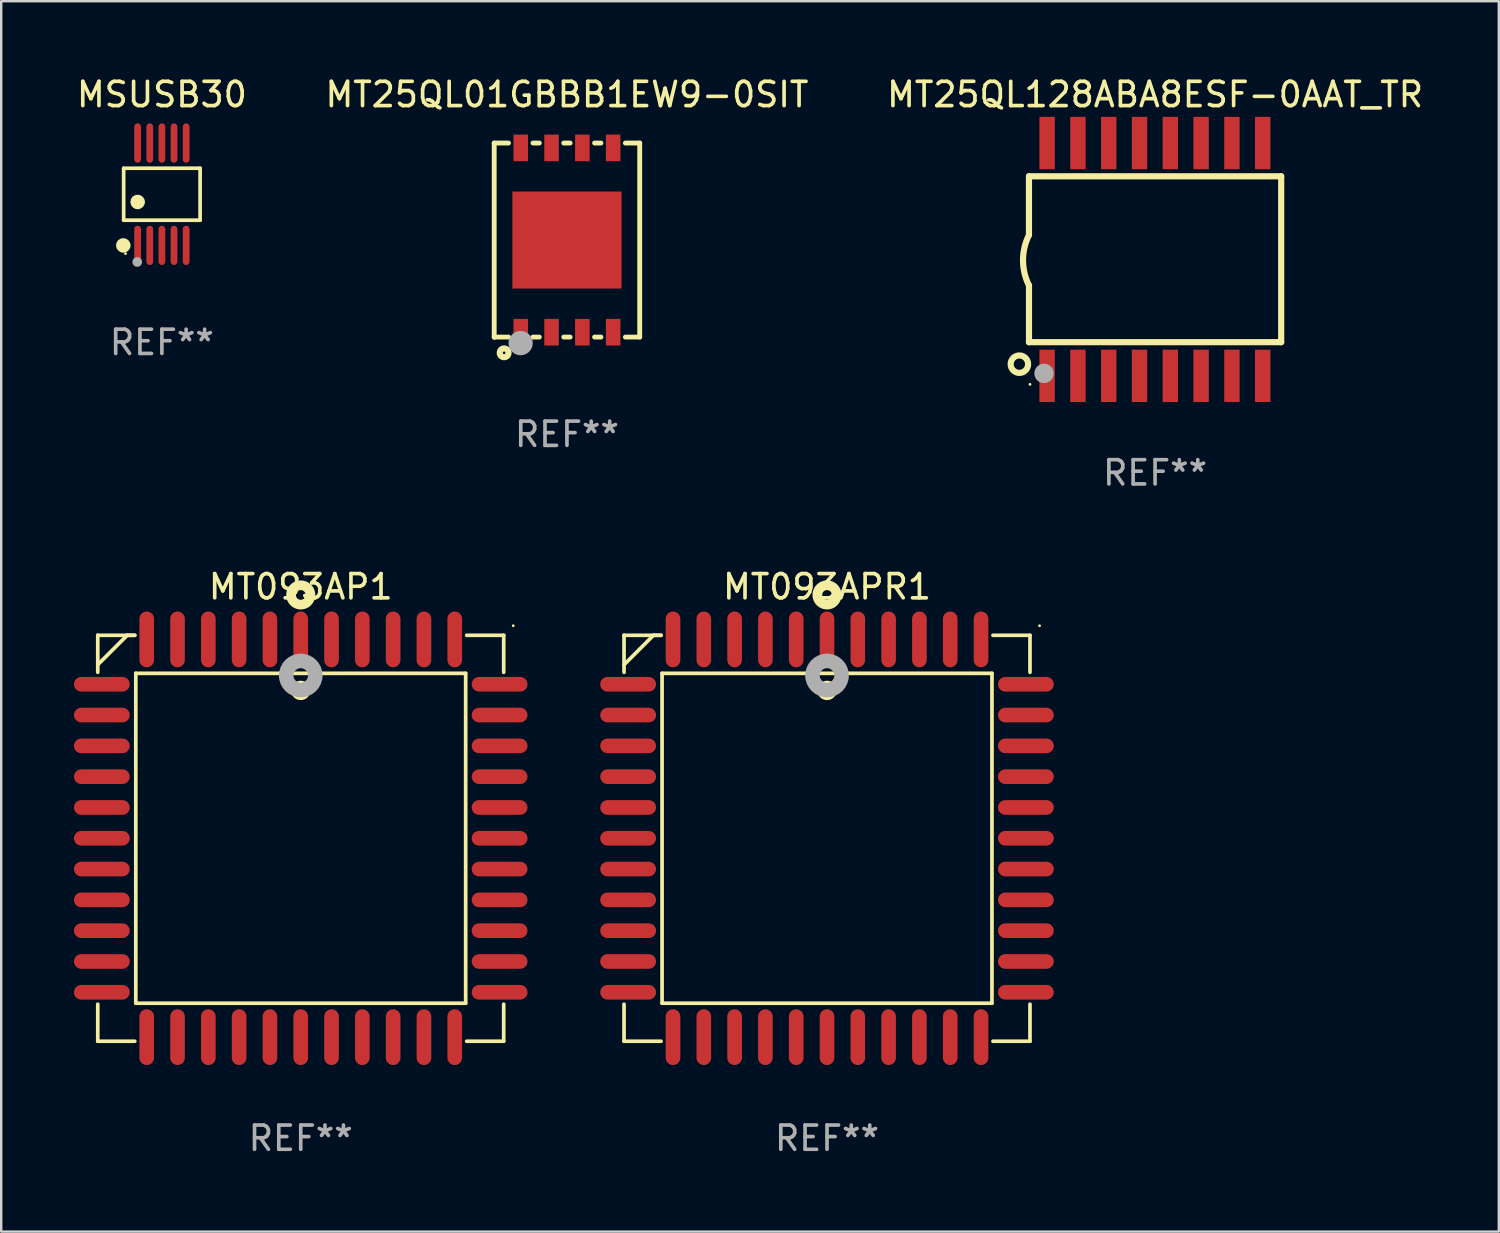
<source format=kicad_pcb>
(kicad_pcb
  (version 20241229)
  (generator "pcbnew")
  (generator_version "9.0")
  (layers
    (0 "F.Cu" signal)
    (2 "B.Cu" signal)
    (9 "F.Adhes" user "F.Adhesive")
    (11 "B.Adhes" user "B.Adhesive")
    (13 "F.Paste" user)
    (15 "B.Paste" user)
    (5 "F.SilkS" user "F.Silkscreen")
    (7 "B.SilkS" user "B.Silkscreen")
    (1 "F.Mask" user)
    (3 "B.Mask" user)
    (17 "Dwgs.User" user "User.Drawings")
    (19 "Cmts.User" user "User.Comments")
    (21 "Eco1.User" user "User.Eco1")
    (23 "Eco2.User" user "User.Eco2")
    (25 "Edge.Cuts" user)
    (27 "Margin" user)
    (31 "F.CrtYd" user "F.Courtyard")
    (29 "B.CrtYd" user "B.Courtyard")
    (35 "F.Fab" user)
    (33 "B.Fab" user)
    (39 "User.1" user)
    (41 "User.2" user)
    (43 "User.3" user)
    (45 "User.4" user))
  (footprint "MSUSB30"
    (layer "F.Cu")
    (at 3.625 4.958)
    (property "Reference" "MSUSB30" (at 0 -4.11 0) (layer "F.SilkS") (effects (font (size 1 1) (thickness 0.15))))
    (attr through_hole)
    (fp_line (start -1.576 -1.071) (end 1.576 -1.071) (stroke (width 0.152) (type solid)) (layer "F.SilkS"))
    (fp_line (start -1.576 1.071) (end -1.576 -1.071) (stroke (width 0.152) (type solid)) (layer "F.SilkS"))
    (fp_line (start 1.576 -1.071) (end 1.576 1.071) (stroke (width 0.152) (type solid)) (layer "F.SilkS"))
    (fp_line (start 1.576 1.071) (end -1.576 1.071) (stroke (width 0.152) (type solid)) (layer "F.SilkS"))
    (fp_circle (center -1.592 2.11) (end -1.442 2.11) (stroke (width 0.3) (type solid)) (fill no) (layer "F.SilkS"))
    (fp_circle (center -1.5 2.45) (end -1.47 2.45) (stroke (width 0.06) (type solid)) (fill no) (layer "F.SilkS"))
    (fp_circle (center -1 0.319) (end -0.85 0.319) (stroke (width 0.3) (type solid)) (fill no) (layer "F.SilkS"))
    (fp_circle (center -1.016 2.794) (end -0.916 2.794) (stroke (width 0.2) (type solid)) (fill no) (layer "F.Fab"))
    (fp_text user "REF**" (at 0 6.11 0) (layer "F.Fab") (effects (font (size 1 1) (thickness 0.15))))
    (pad "1" smd oval (at -1 2.11) (size 0.28 1.62) (layers "F.Cu" "F.Mask" "F.Paste"))
    (pad "2" smd oval (at -0.5 2.11) (size 0.28 1.62) (layers "F.Cu" "F.Mask" "F.Paste"))
    (pad "3" smd oval (at 0 2.11) (size 0.28 1.62) (layers "F.Cu" "F.Mask" "F.Paste"))
    (pad "4" smd oval (at 0.5 2.11) (size 0.28 1.62) (layers "F.Cu" "F.Mask" "F.Paste"))
    (pad "5" smd oval (at 1 2.11) (size 0.28 1.62) (layers "F.Cu" "F.Mask" "F.Paste"))
    (pad "6" smd oval (at 1 -2.11) (size 0.28 1.62) (layers "F.Cu" "F.Mask" "F.Paste"))
    (pad "7" smd oval (at 0.5 -2.11) (size 0.28 1.62) (layers "F.Cu" "F.Mask" "F.Paste"))
    (pad "8" smd oval (at 0 -2.11) (size 0.28 1.62) (layers "F.Cu" "F.Mask" "F.Paste"))
    (pad "9" smd oval (at -0.5 -2.11) (size 0.28 1.62) (layers "F.Cu" "F.Mask" "F.Paste"))
    (pad "10" smd oval (at -1 -2.11) (size 0.28 1.62) (layers "F.Cu" "F.Mask" "F.Paste")))
  (footprint "MT093AP1"
    (layer "F.Cu")
    (at 9.35 31.514)
    (property "Reference" "MT093AP1" (at 0 -10.369 0) (layer "F.SilkS") (effects (font (size 1 1) (thickness 0.15))))
    (attr through_hole)
    (fp_line (start -8.369 -8.369) (end -8.369 -6.843) (stroke (width 0.152) (type solid)) (layer "F.SilkS"))
    (fp_line (start -8.369 8.369) (end -8.369 6.843) (stroke (width 0.152) (type solid)) (layer "F.SilkS"))
    (fp_line (start -7.156 -8.369) (end -8.369 -7.156) (stroke (width 0.152) (type solid)) (layer "F.SilkS"))
    (fp_line (start -6.843 -8.369) (end -8.369 -8.369) (stroke (width 0.152) (type solid)) (layer "F.SilkS"))
    (fp_line (start -6.843 -8.369) (end -7.156 -8.369) (stroke (width 0.152) (type solid)) (layer "F.SilkS"))
    (fp_line (start -6.843 8.369) (end -8.369 8.369) (stroke (width 0.152) (type solid)) (layer "F.SilkS"))
    (fp_line (start -6.801 -6.801) (end 6.801 -6.801) (stroke (width 0.152) (type solid)) (layer "F.SilkS"))
    (fp_line (start -6.801 6.801) (end -6.801 -6.801) (stroke (width 0.152) (type solid)) (layer "F.SilkS"))
    (fp_line (start 6.801 -6.801) (end 6.801 6.801) (stroke (width 0.152) (type solid)) (layer "F.SilkS"))
    (fp_line (start 6.801 6.801) (end -6.801 6.801) (stroke (width 0.152) (type solid)) (layer "F.SilkS"))
    (fp_line (start 6.843 -8.369) (end 8.369 -8.369) (stroke (width 0.152) (type solid)) (layer "F.SilkS"))
    (fp_line (start 6.843 8.369) (end 8.369 8.369) (stroke (width 0.152) (type solid)) (layer "F.SilkS"))
    (fp_line (start 8.369 -8.369) (end 8.369 -6.843) (stroke (width 0.152) (type solid)) (layer "F.SilkS"))
    (fp_line (start 8.369 8.369) (end 8.369 6.843) (stroke (width 0.152) (type solid)) (layer "F.SilkS"))
    (fp_circle (center -0.000013 -6.096) (end 0.2 -6.096) (stroke (width 0.4) (type solid)) (fill no) (layer "F.SilkS"))
    (fp_circle (center 0.000114 -10.033) (end 0.2 -10.033) (stroke (width 0.4) (type solid)) (fill no) (layer "F.SilkS"))
    (fp_circle (center 8.763 -8.763) (end 8.793 -8.763) (stroke (width 0.06) (type solid)) (fill no) (layer "F.SilkS"))
    (fp_circle (center 0.000114 -6.712) (end 0.3 -6.712) (stroke (width 0.6) (type solid)) (fill no) (layer "F.Fab"))
    (fp_text user "REF**" (at 0 12.369 0) (layer "F.Fab") (effects (font (size 1 1) (thickness 0.15))))
    (pad "1" smd oval (at 0.000114 -8.2) (size 0.604 2.3) (layers "F.Cu" "F.Mask" "F.Paste"))
    (pad "2" smd oval (at -1.27 -8.2) (size 0.604 2.3) (layers "F.Cu" "F.Mask" "F.Paste"))
    (pad "3" smd oval (at -2.54 -8.2) (size 0.604 2.3) (layers "F.Cu" "F.Mask" "F.Paste"))
    (pad "4" smd oval (at -3.81 -8.2) (size 0.604 2.3) (layers "F.Cu" "F.Mask" "F.Paste"))
    (pad "5" smd oval (at -5.08 -8.2) (size 0.604 2.3) (layers "F.Cu" "F.Mask" "F.Paste"))
    (pad "6" smd oval (at -6.35 -8.2) (size 0.604 2.3) (layers "F.Cu" "F.Mask" "F.Paste"))
    (pad "7" smd oval (at -8.2 -6.35) (size 2.3 0.604) (layers "F.Cu" "F.Mask" "F.Paste"))
    (pad "8" smd oval (at -8.2 -5.08) (size 2.3 0.604) (layers "F.Cu" "F.Mask" "F.Paste"))
    (pad "9" smd oval (at -8.2 -3.81) (size 2.3 0.604) (layers "F.Cu" "F.Mask" "F.Paste"))
    (pad "10" smd oval (at -8.2 -2.54) (size 2.3 0.604) (layers "F.Cu" "F.Mask" "F.Paste"))
    (pad "11" smd oval (at -8.2 -1.27) (size 2.3 0.604) (layers "F.Cu" "F.Mask" "F.Paste"))
    (pad "12" smd oval (at -8.2 0.000127) (size 2.3 0.604) (layers "F.Cu" "F.Mask" "F.Paste"))
    (pad "13" smd oval (at -8.2 1.27) (size 2.3 0.604) (layers "F.Cu" "F.Mask" "F.Paste"))
    (pad "14" smd oval (at -8.2 2.54) (size 2.3 0.604) (layers "F.Cu" "F.Mask" "F.Paste"))
    (pad "15" smd oval (at -8.2 3.81) (size 2.3 0.604) (layers "F.Cu" "F.Mask" "F.Paste"))
    (pad "16" smd oval (at -8.2 5.08) (size 2.3 0.604) (layers "F.Cu" "F.Mask" "F.Paste"))
    (pad "17" smd oval (at -8.2 6.35) (size 2.3 0.604) (layers "F.Cu" "F.Mask" "F.Paste"))
    (pad "18" smd oval (at -6.35 8.2) (size 0.604 2.3) (layers "F.Cu" "F.Mask" "F.Paste"))
    (pad "19" smd oval (at -5.08 8.2) (size 0.604 2.3) (layers "F.Cu" "F.Mask" "F.Paste"))
    (pad "20" smd oval (at -3.81 8.2) (size 0.604 2.3) (layers "F.Cu" "F.Mask" "F.Paste"))
    (pad "21" smd oval (at -2.54 8.2) (size 0.604 2.3) (layers "F.Cu" "F.Mask" "F.Paste"))
    (pad "22" smd oval (at -1.27 8.2) (size 0.604 2.3) (layers "F.Cu" "F.Mask" "F.Paste"))
    (pad "23" smd oval (at 0.000114 8.2) (size 0.604 2.3) (layers "F.Cu" "F.Mask" "F.Paste"))
    (pad "24" smd oval (at 1.27 8.2) (size 0.604 2.3) (layers "F.Cu" "F.Mask" "F.Paste"))
    (pad "25" smd oval (at 2.54 8.2) (size 0.604 2.3) (layers "F.Cu" "F.Mask" "F.Paste"))
    (pad "26" smd oval (at 3.81 8.2) (size 0.604 2.3) (layers "F.Cu" "F.Mask" "F.Paste"))
    (pad "27" smd oval (at 5.08 8.2) (size 0.604 2.3) (layers "F.Cu" "F.Mask" "F.Paste"))
    (pad "28" smd oval (at 6.35 8.2) (size 0.604 2.3) (layers "F.Cu" "F.Mask" "F.Paste"))
    (pad "29" smd oval (at 8.2 6.35) (size 2.3 0.604) (layers "F.Cu" "F.Mask" "F.Paste"))
    (pad "30" smd oval (at 8.2 5.08) (size 2.3 0.604) (layers "F.Cu" "F.Mask" "F.Paste"))
    (pad "31" smd oval (at 8.2 3.81) (size 2.3 0.604) (layers "F.Cu" "F.Mask" "F.Paste"))
    (pad "32" smd oval (at 8.2 2.54) (size 2.3 0.604) (layers "F.Cu" "F.Mask" "F.Paste"))
    (pad "33" smd oval (at 8.2 1.27) (size 2.3 0.604) (layers "F.Cu" "F.Mask" "F.Paste"))
    (pad "34" smd oval (at 8.2 0.000127) (size 2.3 0.604) (layers "F.Cu" "F.Mask" "F.Paste"))
    (pad "35" smd oval (at 8.2 -1.27) (size 2.3 0.604) (layers "F.Cu" "F.Mask" "F.Paste"))
    (pad "36" smd oval (at 8.2 -2.54) (size 2.3 0.604) (layers "F.Cu" "F.Mask" "F.Paste"))
    (pad "37" smd oval (at 8.2 -3.81) (size 2.3 0.604) (layers "F.Cu" "F.Mask" "F.Paste"))
    (pad "38" smd oval (at 8.2 -5.08) (size 2.3 0.604) (layers "F.Cu" "F.Mask" "F.Paste"))
    (pad "39" smd oval (at 8.2 -6.35) (size 2.3 0.604) (layers "F.Cu" "F.Mask" "F.Paste"))
    (pad "40" smd oval (at 6.35 -8.2) (size 0.604 2.3) (layers "F.Cu" "F.Mask" "F.Paste"))
    (pad "41" smd oval (at 5.08 -8.2) (size 0.604 2.3) (layers "F.Cu" "F.Mask" "F.Paste"))
    (pad "42" smd oval (at 3.81 -8.2) (size 0.604 2.3) (layers "F.Cu" "F.Mask" "F.Paste"))
    (pad "43" smd oval (at 2.54 -8.2) (size 0.604 2.3) (layers "F.Cu" "F.Mask" "F.Paste"))
    (pad "44" smd oval (at 1.27 -8.2) (size 0.604 2.3) (layers "F.Cu" "F.Mask" "F.Paste")))
  (footprint "MT25QL128ABA8ESF-0AAT_TR"
    (layer "F.Cu")
    (at 44.577 7.648)
    (property "Reference" "MT25QL128ABA8ESF-0AAT_TR" (at 0 -6.8 0) (layer "F.SilkS") (effects (font (size 1 1) (thickness 0.15))))
    (attr through_hole)
    (fp_line (start -5.2 -3.429) (end -5.2 -1.005) (stroke (width 0.254) (type solid)) (layer "F.SilkS"))
    (fp_line (start -5.2 -3.429) (end 5.2 -3.429) (stroke (width 0.254) (type solid)) (layer "F.SilkS"))
    (fp_line (start -5.2 3.411) (end 5.2 3.411) (stroke (width 0.254) (type solid)) (layer "F.SilkS"))
    (fp_line (start -5.199 1.071) (end -5.199 3.411) (stroke (width 0.254) (type solid)) (layer "F.SilkS"))
    (fp_line (start 5.2 -3.429) (end 5.2 3.411) (stroke (width 0.254) (type solid)) (layer "F.SilkS"))
    (fp_arc (start -5.199391 1.07079) (mid -5.444637 0.032863) (end -5.2 -1.005207) (stroke (width 0.254001) (type solid)) (layer "F.SilkS"))
    (fp_circle (center -5.595 4.318) (end -5.235 4.318) (stroke (width 0.254) (type solid)) (fill no) (layer "F.SilkS"))
    (fp_circle (center -5.157 5.15) (end -5.127 5.15) (stroke (width 0.06) (type solid)) (fill no) (layer "F.SilkS"))
    (fp_circle (center -4.579 4.699) (end -4.379 4.699) (stroke (width 0.4) (type solid)) (fill no) (layer "F.Fab"))
    (fp_text user "REF**" (at 0 8.8 0) (layer "F.Fab") (effects (font (size 1 1) (thickness 0.15))))
    (pad "1" smd rect (at -4.452 4.8) (size 0.635 2.16) (layers "F.Cu" "F.Mask" "F.Paste"))
    (pad "2" smd rect (at -3.182 4.8) (size 0.635 2.16) (layers "F.Cu" "F.Mask" "F.Paste"))
    (pad "3" smd rect (at -1.912 4.8) (size 0.635 2.16) (layers "F.Cu" "F.Mask" "F.Paste"))
    (pad "4" smd rect (at -0.642 4.8) (size 0.635 2.16) (layers "F.Cu" "F.Mask" "F.Paste"))
    (pad "5" smd rect (at 0.628 4.8) (size 0.635 2.16) (layers "F.Cu" "F.Mask" "F.Paste"))
    (pad "6" smd rect (at 1.898 4.8) (size 0.635 2.16) (layers "F.Cu" "F.Mask" "F.Paste"))
    (pad "7" smd rect (at 3.168 4.8) (size 0.635 2.16) (layers "F.Cu" "F.Mask" "F.Paste"))
    (pad "8" smd rect (at 4.438 4.8) (size 0.635 2.16) (layers "F.Cu" "F.Mask" "F.Paste"))
    (pad "9" smd rect (at 4.438 -4.8) (size 0.635 2.16) (layers "F.Cu" "F.Mask" "F.Paste"))
    (pad "10" smd rect (at 3.168 -4.8) (size 0.635 2.16) (layers "F.Cu" "F.Mask" "F.Paste"))
    (pad "11" smd rect (at 1.898 -4.8) (size 0.635 2.16) (layers "F.Cu" "F.Mask" "F.Paste"))
    (pad "12" smd rect (at 0.628 -4.8) (size 0.635 2.16) (layers "F.Cu" "F.Mask" "F.Paste"))
    (pad "13" smd rect (at -0.642 -4.8) (size 0.635 2.16) (layers "F.Cu" "F.Mask" "F.Paste"))
    (pad "14" smd rect (at -1.912 -4.8) (size 0.635 2.16) (layers "F.Cu" "F.Mask" "F.Paste"))
    (pad "15" smd rect (at -3.182 -4.8) (size 0.635 2.16) (layers "F.Cu" "F.Mask" "F.Paste"))
    (pad "16" smd rect (at -4.452 -4.8) (size 0.635 2.16) (layers "F.Cu" "F.Mask" "F.Paste")))
  (footprint "MT25QL01GBBB1EW9-0SIT"
    (layer "F.Cu")
    (at 20.327 6.853)
    (property "Reference" "MT25QL01GBBB1EW9-0SIT" (at 0 -6.005 0) (layer "F.SilkS") (effects (font (size 1 1) (thickness 0.15))))
    (attr through_hole)
    (fp_line (start -3 -4.005) (end -3 4.005) (stroke (width 0.2) (type solid)) (layer "F.SilkS"))
    (fp_line (start -3 3.995) (end -2.409 3.995) (stroke (width 0.2) (type solid)) (layer "F.SilkS"))
    (fp_line (start -2.409 -4.005) (end -3 -4.005) (stroke (width 0.2) (type solid)) (layer "F.SilkS"))
    (fp_line (start -1.401 3.995) (end -1.139 3.995) (stroke (width 0.2) (type solid)) (layer "F.SilkS"))
    (fp_line (start -1.139 -4.005) (end -1.401 -4.005) (stroke (width 0.2) (type solid)) (layer "F.SilkS"))
    (fp_line (start -0.131 3.995) (end 0.131 3.995) (stroke (width 0.2) (type solid)) (layer "F.SilkS"))
    (fp_line (start 0.131 -4.005) (end -0.131 -4.005) (stroke (width 0.2) (type solid)) (layer "F.SilkS"))
    (fp_line (start 1.139 3.995) (end 1.401 3.995) (stroke (width 0.2) (type solid)) (layer "F.SilkS"))
    (fp_line (start 1.401 -4.005) (end 1.139 -4.005) (stroke (width 0.2) (type solid)) (layer "F.SilkS"))
    (fp_line (start 2.409 3.995) (end 3 3.995) (stroke (width 0.2) (type solid)) (layer "F.SilkS"))
    (fp_line (start 3 -4.005) (end 2.409 -4.005) (stroke (width 0.2) (type solid)) (layer "F.SilkS"))
    (fp_line (start 3 3.995) (end 3 -4.005) (stroke (width 0.2) (type solid)) (layer "F.SilkS"))
    (fp_circle (center -3 3.995) (end -2.97 3.995) (stroke (width 0.06) (type solid)) (fill no) (layer "F.SilkS"))
    (fp_circle (center -2.59 4.645) (end -2.41 4.645) (stroke (width 0.254) (type solid)) (fill no) (layer "F.SilkS"))
    (fp_circle (center -1.91 4.245) (end -1.66 4.245) (stroke (width 0.5) (type solid)) (fill no) (layer "F.Fab"))
    (fp_text user "REF**" (at 0 8.005 0) (layer "F.Fab") (effects (font (size 1 1) (thickness 0.15))))
    (pad "1" smd rect (at -1.905 3.795) (size 0.6 1.1) (layers "F.Cu" "F.Mask" "F.Paste"))
    (pad "2" smd rect (at -0.635 3.795) (size 0.6 1.1) (layers "F.Cu" "F.Mask" "F.Paste"))
    (pad "3" smd rect (at 0.635 3.795) (size 0.6 1.1) (layers "F.Cu" "F.Mask" "F.Paste"))
    (pad "4" smd rect (at 1.905 3.795) (size 0.6 1.1) (layers "F.Cu" "F.Mask" "F.Paste"))
    (pad "5" smd rect (at 1.905 -3.805) (size 0.6 1.1) (layers "F.Cu" "F.Mask" "F.Paste"))
    (pad "6" smd rect (at 0.635 -3.805) (size 0.6 1.1) (layers "F.Cu" "F.Mask" "F.Paste"))
    (pad "7" smd rect (at -0.635 -3.805) (size 0.6 1.1) (layers "F.Cu" "F.Mask" "F.Paste"))
    (pad "8" smd rect (at -1.905 -3.805) (size 0.6 1.1) (layers "F.Cu" "F.Mask" "F.Paste"))
    (pad "9" smd rect (at 0 -0.005) (size 4.5 4) (layers "F.Cu" "F.Mask" "F.Paste")))
  (footprint "MT093APR1"
    (layer "F.Cu")
    (at 31.05 31.514)
    (property "Reference" "MT093APR1" (at 0 -10.369 0) (layer "F.SilkS") (effects (font (size 1 1) (thickness 0.15))))
    (attr through_hole)
    (fp_line (start -8.369 -8.369) (end -8.369 -6.843) (stroke (width 0.152) (type solid)) (layer "F.SilkS"))
    (fp_line (start -8.369 8.369) (end -8.369 6.843) (stroke (width 0.152) (type solid)) (layer "F.SilkS"))
    (fp_line (start -7.156 -8.369) (end -8.369 -7.156) (stroke (width 0.152) (type solid)) (layer "F.SilkS"))
    (fp_line (start -6.843 -8.369) (end -8.369 -8.369) (stroke (width 0.152) (type solid)) (layer "F.SilkS"))
    (fp_line (start -6.843 -8.369) (end -7.156 -8.369) (stroke (width 0.152) (type solid)) (layer "F.SilkS"))
    (fp_line (start -6.843 8.369) (end -8.369 8.369) (stroke (width 0.152) (type solid)) (layer "F.SilkS"))
    (fp_line (start -6.801 -6.801) (end 6.801 -6.801) (stroke (width 0.152) (type solid)) (layer "F.SilkS"))
    (fp_line (start -6.801 6.801) (end -6.801 -6.801) (stroke (width 0.152) (type solid)) (layer "F.SilkS"))
    (fp_line (start 6.801 -6.801) (end 6.801 6.801) (stroke (width 0.152) (type solid)) (layer "F.SilkS"))
    (fp_line (start 6.801 6.801) (end -6.801 6.801) (stroke (width 0.152) (type solid)) (layer "F.SilkS"))
    (fp_line (start 6.843 -8.369) (end 8.369 -8.369) (stroke (width 0.152) (type solid)) (layer "F.SilkS"))
    (fp_line (start 6.843 8.369) (end 8.369 8.369) (stroke (width 0.152) (type solid)) (layer "F.SilkS"))
    (fp_line (start 8.369 -8.369) (end 8.369 -6.843) (stroke (width 0.152) (type solid)) (layer "F.SilkS"))
    (fp_line (start 8.369 8.369) (end 8.369 6.843) (stroke (width 0.152) (type solid)) (layer "F.SilkS"))
    (fp_circle (center -0.000013 -6.096) (end 0.2 -6.096) (stroke (width 0.4) (type solid)) (fill no) (layer "F.SilkS"))
    (fp_circle (center 0.000114 -10.033) (end 0.2 -10.033) (stroke (width 0.4) (type solid)) (fill no) (layer "F.SilkS"))
    (fp_circle (center 8.763 -8.763) (end 8.793 -8.763) (stroke (width 0.06) (type solid)) (fill no) (layer "F.SilkS"))
    (fp_circle (center 0.000114 -6.712) (end 0.3 -6.712) (stroke (width 0.6) (type solid)) (fill no) (layer "F.Fab"))
    (fp_text user "REF**" (at 0 12.369 0) (layer "F.Fab") (effects (font (size 1 1) (thickness 0.15))))
    (pad "1" smd oval (at 0.000114 -8.2) (size 0.604 2.3) (layers "F.Cu" "F.Mask" "F.Paste"))
    (pad "2" smd oval (at -1.27 -8.2) (size 0.604 2.3) (layers "F.Cu" "F.Mask" "F.Paste"))
    (pad "3" smd oval (at -2.54 -8.2) (size 0.604 2.3) (layers "F.Cu" "F.Mask" "F.Paste"))
    (pad "4" smd oval (at -3.81 -8.2) (size 0.604 2.3) (layers "F.Cu" "F.Mask" "F.Paste"))
    (pad "5" smd oval (at -5.08 -8.2) (size 0.604 2.3) (layers "F.Cu" "F.Mask" "F.Paste"))
    (pad "6" smd oval (at -6.35 -8.2) (size 0.604 2.3) (layers "F.Cu" "F.Mask" "F.Paste"))
    (pad "7" smd oval (at -8.2 -6.35) (size 2.3 0.604) (layers "F.Cu" "F.Mask" "F.Paste"))
    (pad "8" smd oval (at -8.2 -5.08) (size 2.3 0.604) (layers "F.Cu" "F.Mask" "F.Paste"))
    (pad "9" smd oval (at -8.2 -3.81) (size 2.3 0.604) (layers "F.Cu" "F.Mask" "F.Paste"))
    (pad "10" smd oval (at -8.2 -2.54) (size 2.3 0.604) (layers "F.Cu" "F.Mask" "F.Paste"))
    (pad "11" smd oval (at -8.2 -1.27) (size 2.3 0.604) (layers "F.Cu" "F.Mask" "F.Paste"))
    (pad "12" smd oval (at -8.2 0.000127) (size 2.3 0.604) (layers "F.Cu" "F.Mask" "F.Paste"))
    (pad "13" smd oval (at -8.2 1.27) (size 2.3 0.604) (layers "F.Cu" "F.Mask" "F.Paste"))
    (pad "14" smd oval (at -8.2 2.54) (size 2.3 0.604) (layers "F.Cu" "F.Mask" "F.Paste"))
    (pad "15" smd oval (at -8.2 3.81) (size 2.3 0.604) (layers "F.Cu" "F.Mask" "F.Paste"))
    (pad "16" smd oval (at -8.2 5.08) (size 2.3 0.604) (layers "F.Cu" "F.Mask" "F.Paste"))
    (pad "17" smd oval (at -8.2 6.35) (size 2.3 0.604) (layers "F.Cu" "F.Mask" "F.Paste"))
    (pad "18" smd oval (at -6.35 8.2) (size 0.604 2.3) (layers "F.Cu" "F.Mask" "F.Paste"))
    (pad "19" smd oval (at -5.08 8.2) (size 0.604 2.3) (layers "F.Cu" "F.Mask" "F.Paste"))
    (pad "20" smd oval (at -3.81 8.2) (size 0.604 2.3) (layers "F.Cu" "F.Mask" "F.Paste"))
    (pad "21" smd oval (at -2.54 8.2) (size 0.604 2.3) (layers "F.Cu" "F.Mask" "F.Paste"))
    (pad "22" smd oval (at -1.27 8.2) (size 0.604 2.3) (layers "F.Cu" "F.Mask" "F.Paste"))
    (pad "23" smd oval (at 0.000114 8.2) (size 0.604 2.3) (layers "F.Cu" "F.Mask" "F.Paste"))
    (pad "24" smd oval (at 1.27 8.2) (size 0.604 2.3) (layers "F.Cu" "F.Mask" "F.Paste"))
    (pad "25" smd oval (at 2.54 8.2) (size 0.604 2.3) (layers "F.Cu" "F.Mask" "F.Paste"))
    (pad "26" smd oval (at 3.81 8.2) (size 0.604 2.3) (layers "F.Cu" "F.Mask" "F.Paste"))
    (pad "27" smd oval (at 5.08 8.2) (size 0.604 2.3) (layers "F.Cu" "F.Mask" "F.Paste"))
    (pad "28" smd oval (at 6.35 8.2) (size 0.604 2.3) (layers "F.Cu" "F.Mask" "F.Paste"))
    (pad "29" smd oval (at 8.2 6.35) (size 2.3 0.604) (layers "F.Cu" "F.Mask" "F.Paste"))
    (pad "30" smd oval (at 8.2 5.08) (size 2.3 0.604) (layers "F.Cu" "F.Mask" "F.Paste"))
    (pad "31" smd oval (at 8.2 3.81) (size 2.3 0.604) (layers "F.Cu" "F.Mask" "F.Paste"))
    (pad "32" smd oval (at 8.2 2.54) (size 2.3 0.604) (layers "F.Cu" "F.Mask" "F.Paste"))
    (pad "33" smd oval (at 8.2 1.27) (size 2.3 0.604) (layers "F.Cu" "F.Mask" "F.Paste"))
    (pad "34" smd oval (at 8.2 0.000127) (size 2.3 0.604) (layers "F.Cu" "F.Mask" "F.Paste"))
    (pad "35" smd oval (at 8.2 -1.27) (size 2.3 0.604) (layers "F.Cu" "F.Mask" "F.Paste"))
    (pad "36" smd oval (at 8.2 -2.54) (size 2.3 0.604) (layers "F.Cu" "F.Mask" "F.Paste"))
    (pad "37" smd oval (at 8.2 -3.81) (size 2.3 0.604) (layers "F.Cu" "F.Mask" "F.Paste"))
    (pad "38" smd oval (at 8.2 -5.08) (size 2.3 0.604) (layers "F.Cu" "F.Mask" "F.Paste"))
    (pad "39" smd oval (at 8.2 -6.35) (size 2.3 0.604) (layers "F.Cu" "F.Mask" "F.Paste"))
    (pad "40" smd oval (at 6.35 -8.2) (size 0.604 2.3) (layers "F.Cu" "F.Mask" "F.Paste"))
    (pad "41" smd oval (at 5.08 -8.2) (size 0.604 2.3) (layers "F.Cu" "F.Mask" "F.Paste"))
    (pad "42" smd oval (at 3.81 -8.2) (size 0.604 2.3) (layers "F.Cu" "F.Mask" "F.Paste"))
    (pad "43" smd oval (at 2.54 -8.2) (size 0.604 2.3) (layers "F.Cu" "F.Mask" "F.Paste"))
    (pad "44" smd oval (at 1.27 -8.2) (size 0.604 2.3) (layers "F.Cu" "F.Mask" "F.Paste")))
  (gr_rect
    (start -3 -3)
    (end 58.75 47.732)
    (stroke (width 0.1) (type default))
    (fill no)
    (layer "Edge.Cuts")))
</source>
